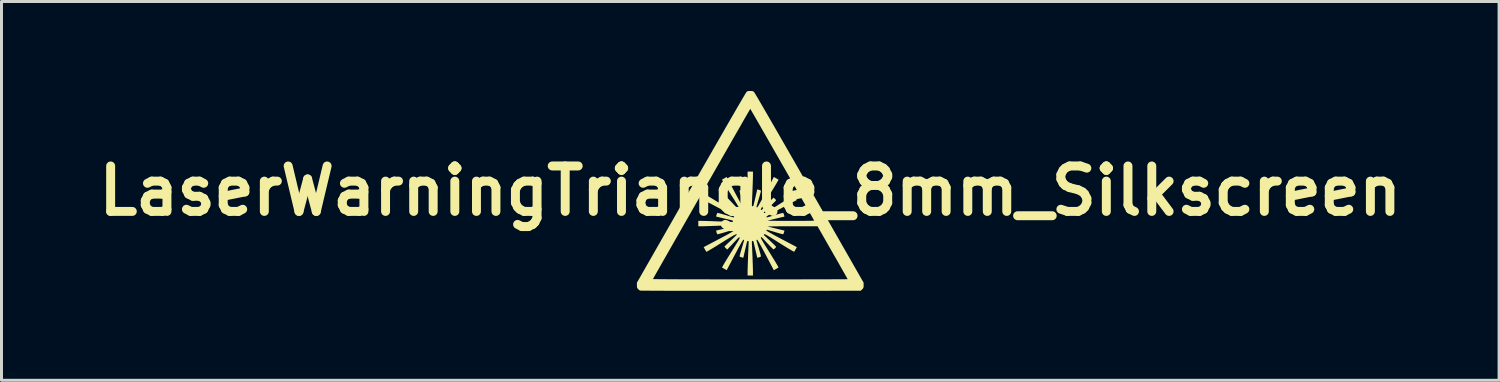
<source format=kicad_pcb>
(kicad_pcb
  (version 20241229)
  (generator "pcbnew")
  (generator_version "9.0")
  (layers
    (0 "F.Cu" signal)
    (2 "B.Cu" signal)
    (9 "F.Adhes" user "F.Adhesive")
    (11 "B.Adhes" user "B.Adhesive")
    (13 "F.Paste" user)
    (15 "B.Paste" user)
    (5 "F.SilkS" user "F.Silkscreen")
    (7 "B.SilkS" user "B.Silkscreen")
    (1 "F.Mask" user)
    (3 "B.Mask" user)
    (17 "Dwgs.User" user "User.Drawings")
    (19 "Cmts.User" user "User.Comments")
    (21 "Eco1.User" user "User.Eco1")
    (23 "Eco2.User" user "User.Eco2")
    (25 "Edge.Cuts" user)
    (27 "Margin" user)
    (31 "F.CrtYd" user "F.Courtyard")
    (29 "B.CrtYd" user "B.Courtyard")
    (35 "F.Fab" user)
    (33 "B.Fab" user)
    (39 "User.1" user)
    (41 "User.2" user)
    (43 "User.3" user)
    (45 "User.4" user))
  (footprint "LaserWarningTriangle_8mm_Silkscreen"
    (layer "F.Cu")
    (at 22.105 3.349)
    (property "Reference" "LaserWarningTriangle_8mm_Silkscreen" (at 0 0 0) (layer "F.SilkS") (effects (font (size 1.524 1.524) (thickness 0.3))))
    (attr exclude_from_pos_files exclude_from_bom)
    (fp_poly (pts (xy 0.048 -3.348) (xy 0.08 -3.344) (xy 0.102 -3.333) (xy 0.125 -3.313) (xy 0.134 -3.304) (xy 0.144 -3.289) (xy 0.166 -3.252) (xy 0.2 -3.195) (xy 0.246 -3.118) (xy 0.302 -3.022) (xy 0.369 -2.908) (xy 0.445 -2.776) (xy 0.531 -2.628) (xy 0.625 -2.465) (xy 0.728 -2.287) (xy 0.839 -2.095) (xy 0.957 -1.89) (xy 1.082 -1.672) (xy 1.213 -1.444) (xy 1.35 -1.205) (xy 1.493 -0.957) (xy 1.64 -0.7) (xy 1.791 -0.435) (xy 1.947 -0.163) (xy 1.989 -0.09) (xy 3.8 3.078) (xy 3.801 3.165) (xy 3.8 3.212) (xy 3.795 3.243) (xy 3.783 3.267) (xy 3.761 3.292) (xy 3.752 3.301) (xy 3.704 3.349) (xy 0.016 3.352) (xy -0.291 3.352) (xy -0.592 3.352) (xy -0.885 3.352) (xy -1.169 3.352) (xy -1.443 3.352) (xy -1.707 3.352) (xy -1.959 3.351) (xy -2.198 3.351) (xy -2.424 3.351) (xy -2.634 3.35) (xy -2.829 3.35) (xy -3.007 3.349) (xy -3.167 3.348) (xy -3.308 3.348) (xy -3.429 3.347) (xy -3.528 3.346) (xy -3.606 3.346) (xy -3.661 3.345) (xy -3.691 3.344) (xy -3.698 3.343) (xy -3.723 3.327) (xy -3.753 3.301) (xy -3.762 3.292) (xy -3.783 3.267) (xy -3.795 3.243) (xy -3.8 3.211) (xy -3.801 3.164) (xy -3.8 3.078) (xy -3.73 2.956) (xy -3.263 2.956) (xy -3.251 2.958) (xy -3.213 2.959) (xy -3.15 2.96) (xy -3.063 2.961) (xy -2.952 2.962) (xy -2.817 2.963) (xy -2.658 2.964) (xy -2.477 2.965) (xy -2.274 2.966) (xy -2.048 2.966) (xy -1.801 2.967) (xy -1.532 2.967) (xy -1.243 2.968) (xy -0.934 2.968) (xy -0.605 2.968) (xy -0.256 2.968) (xy -0.001 2.968) (xy 0.287 2.968) (xy 0.569 2.968) (xy 0.843 2.968) (xy 1.108 2.968) (xy 1.362 2.968) (xy 1.606 2.968) (xy 1.837 2.967) (xy 2.055 2.967) (xy 2.259 2.967) (xy 2.447 2.966) (xy 2.618 2.966) (xy 2.772 2.965) (xy 2.907 2.965) (xy 3.022 2.964) (xy 3.116 2.964) (xy 3.188 2.963) (xy 3.238 2.963) (xy 3.262 2.962) (xy 3.265 2.962) (xy 3.259 2.95) (xy 3.241 2.917) (xy 3.212 2.866) (xy 3.173 2.797) (xy 3.125 2.712) (xy 3.069 2.614) (xy 3.006 2.503) (xy 2.938 2.382) (xy 2.864 2.252) (xy 2.785 2.116) (xy 2.76 2.071) (xy 2.255 1.187) (xy 1.416 1.187) (xy 1.271 1.188) (xy 1.135 1.188) (xy 1.009 1.188) (xy 0.895 1.189) (xy 0.796 1.19) (xy 0.713 1.191) (xy 0.649 1.192) (xy 0.606 1.193) (xy 0.585 1.194) (xy 0.584 1.195) (xy 0.597 1.199) (xy 0.631 1.208) (xy 0.681 1.22) (xy 0.743 1.236) (xy 0.813 1.253) (xy 0.886 1.27) (xy 0.957 1.287) (xy 1.023 1.303) (xy 1.078 1.316) (xy 1.119 1.325) (xy 1.141 1.329) (xy 1.143 1.329) (xy 1.144 1.34) (xy 1.138 1.366) (xy 1.128 1.399) (xy 1.117 1.43) (xy 1.106 1.45) (xy 1.103 1.454) (xy 1.086 1.452) (xy 1.049 1.444) (xy 0.995 1.43) (xy 0.928 1.411) (xy 0.852 1.389) (xy 0.829 1.382) (xy 0.751 1.358) (xy 0.681 1.338) (xy 0.623 1.321) (xy 0.581 1.309) (xy 0.558 1.304) (xy 0.556 1.304) (xy 0.544 1.314) (xy 0.542 1.326) (xy 0.549 1.336) (xy 0.571 1.352) (xy 0.608 1.376) (xy 0.663 1.407) (xy 0.736 1.448) (xy 0.828 1.499) (xy 0.942 1.559) (xy 1.052 1.618) (xy 1.562 1.887) (xy 1.521 1.96) (xy 1.499 1.999) (xy 1.481 2.029) (xy 1.471 2.043) (xy 1.459 2.038) (xy 1.427 2.021) (xy 1.378 1.993) (xy 1.314 1.955) (xy 1.236 1.908) (xy 1.148 1.854) (xy 1.052 1.794) (xy 0.973 1.745) (xy 0.855 1.67) (xy 0.757 1.609) (xy 0.677 1.56) (xy 0.613 1.521) (xy 0.564 1.492) (xy 0.526 1.471) (xy 0.5 1.459) (xy 0.482 1.452) (xy 0.47 1.451) (xy 0.465 1.454) (xy 0.455 1.468) (xy 0.461 1.484) (xy 0.478 1.501) (xy 0.497 1.52) (xy 0.532 1.552) (xy 0.578 1.595) (xy 0.633 1.646) (xy 0.687 1.697) (xy 0.743 1.75) (xy 0.792 1.797) (xy 0.83 1.836) (xy 0.855 1.864) (xy 0.865 1.877) (xy 0.865 1.877) (xy 0.856 1.896) (xy 0.834 1.922) (xy 0.807 1.946) (xy 0.785 1.96) (xy 0.779 1.962) (xy 0.767 1.953) (xy 0.74 1.928) (xy 0.702 1.89) (xy 0.655 1.843) (xy 0.604 1.789) (xy 0.549 1.732) (xy 0.496 1.675) (xy 0.446 1.62) (xy 0.417 1.588) (xy 0.391 1.561) (xy 0.373 1.553) (xy 0.359 1.559) (xy 0.358 1.559) (xy 0.355 1.566) (xy 0.356 1.577) (xy 0.363 1.596) (xy 0.376 1.623) (xy 0.398 1.662) (xy 0.428 1.713) (xy 0.467 1.779) (xy 0.518 1.861) (xy 0.581 1.961) (xy 0.647 2.067) (xy 0.711 2.169) (xy 0.769 2.264) (xy 0.822 2.35) (xy 0.867 2.425) (xy 0.903 2.486) (xy 0.929 2.532) (xy 0.944 2.561) (xy 0.946 2.569) (xy 0.93 2.58) (xy 0.899 2.599) (xy 0.863 2.619) (xy 0.79 2.66) (xy 0.521 2.15) (xy 0.451 2.018) (xy 0.392 1.909) (xy 0.344 1.82) (xy 0.305 1.75) (xy 0.274 1.698) (xy 0.252 1.663) (xy 0.237 1.644) (xy 0.229 1.639) (xy 0.21 1.646) (xy 0.207 1.653) (xy 0.21 1.669) (xy 0.22 1.706) (xy 0.236 1.76) (xy 0.255 1.827) (xy 0.278 1.903) (xy 0.285 1.925) (xy 0.308 2.003) (xy 0.328 2.073) (xy 0.344 2.131) (xy 0.354 2.174) (xy 0.358 2.197) (xy 0.357 2.199) (xy 0.344 2.208) (xy 0.317 2.22) (xy 0.284 2.231) (xy 0.254 2.238) (xy 0.235 2.24) (xy 0.232 2.237) (xy 0.23 2.224) (xy 0.222 2.189) (xy 0.21 2.137) (xy 0.195 2.072) (xy 0.177 1.997) (xy 0.174 1.984) (xy 0.156 1.906) (xy 0.139 1.835) (xy 0.125 1.775) (xy 0.115 1.731) (xy 0.11 1.708) (xy 0.11 1.707) (xy 0.094 1.683) (xy 0.076 1.678) (xy 0.065 1.679) (xy 0.058 1.685) (xy 0.054 1.702) (xy 0.054 1.731) (xy 0.055 1.78) (xy 0.058 1.829) (xy 0.062 1.916) (xy 0.066 2.015) (xy 0.071 2.121) (xy 0.075 2.231) (xy 0.079 2.341) (xy 0.083 2.446) (xy 0.086 2.543) (xy 0.088 2.626) (xy 0.09 2.692) (xy 0.09 2.737) (xy 0.09 2.839) (xy -0.09 2.839) (xy -0.09 2.738) (xy -0.09 2.694) (xy -0.088 2.628) (xy -0.086 2.546) (xy -0.083 2.45) (xy -0.079 2.345) (xy -0.075 2.235) (xy -0.071 2.125) (xy -0.066 2.018) (xy -0.062 1.919) (xy -0.058 1.832) (xy -0.058 1.829) (xy -0.055 1.765) (xy -0.054 1.722) (xy -0.055 1.696) (xy -0.06 1.683) (xy -0.068 1.678) (xy -0.076 1.678) (xy -0.101 1.689) (xy -0.11 1.707) (xy -0.122 1.762) (xy -0.138 1.828) (xy -0.155 1.901) (xy -0.172 1.975) (xy -0.189 2.048) (xy -0.204 2.115) (xy -0.217 2.172) (xy -0.227 2.213) (xy -0.232 2.236) (xy -0.232 2.239) (xy -0.243 2.241) (xy -0.269 2.235) (xy -0.301 2.225) (xy -0.332 2.214) (xy -0.353 2.203) (xy -0.357 2.199) (xy -0.356 2.182) (xy -0.347 2.145) (xy -0.333 2.091) (xy -0.314 2.024) (xy -0.292 1.948) (xy -0.285 1.925) (xy -0.261 1.848) (xy -0.241 1.778) (xy -0.224 1.72) (xy -0.212 1.678) (xy -0.207 1.656) (xy -0.207 1.653) (xy -0.217 1.641) (xy -0.229 1.639) (xy -0.239 1.646) (xy -0.255 1.668) (xy -0.279 1.705) (xy -0.31 1.76) (xy -0.351 1.833) (xy -0.402 1.925) (xy -0.462 2.039) (xy -0.521 2.149) (xy -0.79 2.659) (xy -0.863 2.618) (xy -0.902 2.596) (xy -0.932 2.578) (xy -0.946 2.568) (xy -0.942 2.556) (xy -0.924 2.524) (xy -0.896 2.475) (xy -0.858 2.41) (xy -0.811 2.333) (xy -0.757 2.245) (xy -0.697 2.149) (xy -0.648 2.07) (xy -0.573 1.952) (xy -0.512 1.854) (xy -0.462 1.773) (xy -0.423 1.709) (xy -0.394 1.659) (xy -0.374 1.622) (xy -0.361 1.596) (xy -0.355 1.578) (xy -0.354 1.567) (xy -0.357 1.562) (xy -0.366 1.557) (xy -0.379 1.561) (xy -0.399 1.576) (xy -0.429 1.604) (xy -0.472 1.649) (xy -0.493 1.672) (xy -0.547 1.729) (xy -0.602 1.789) (xy -0.654 1.843) (xy -0.693 1.884) (xy -0.773 1.968) (xy -0.819 1.924) (xy -0.845 1.896) (xy -0.862 1.876) (xy -0.865 1.87) (xy -0.856 1.859) (xy -0.83 1.833) (xy -0.792 1.795) (xy -0.742 1.748) (xy -0.684 1.694) (xy -0.658 1.67) (xy -0.598 1.613) (xy -0.545 1.562) (xy -0.501 1.52) (xy -0.47 1.488) (xy -0.454 1.47) (xy -0.452 1.468) (xy -0.455 1.458) (xy -0.464 1.454) (xy -0.482 1.458) (xy -0.511 1.47) (xy -0.551 1.49) (xy -0.604 1.52) (xy -0.673 1.561) (xy -0.759 1.613) (xy -0.863 1.677) (xy -0.976 1.748) (xy -1.077 1.811) (xy -1.171 1.869) (xy -1.257 1.921) (xy -1.331 1.966) (xy -1.392 2.002) (xy -1.437 2.027) (xy -1.464 2.041) (xy -1.471 2.043) (xy -1.482 2.027) (xy -1.501 1.996) (xy -1.521 1.96) (xy -1.562 1.887) (xy -1.052 1.618) (xy -0.921 1.548) (xy -0.811 1.49) (xy -0.723 1.441) (xy -0.653 1.402) (xy -0.601 1.371) (xy -0.567 1.349) (xy -0.547 1.334) (xy -0.542 1.326) (xy -0.549 1.307) (xy -0.556 1.304) (xy -0.572 1.307) (xy -0.609 1.317) (xy -0.662 1.333) (xy -0.729 1.352) (xy -0.805 1.375) (xy -0.828 1.382) (xy -0.906 1.405) (xy -0.976 1.425) (xy -1.034 1.441) (xy -1.076 1.451) (xy -1.099 1.455) (xy -1.102 1.454) (xy -1.111 1.442) (xy -1.123 1.414) (xy -1.134 1.381) (xy -1.141 1.351) (xy -1.143 1.332) (xy -1.14 1.329) (xy -1.127 1.327) (xy -1.092 1.319) (xy -1.04 1.307) (xy -0.975 1.292) (xy -0.9 1.274) (xy -0.887 1.271) (xy -0.809 1.253) (xy -0.738 1.236) (xy -0.678 1.223) (xy -0.634 1.212) (xy -0.611 1.207) (xy -0.61 1.207) (xy -0.585 1.191) (xy -0.581 1.173) (xy -0.582 1.162) (xy -0.588 1.155) (xy -0.604 1.151) (xy -0.634 1.151) (xy -0.683 1.152) (xy -0.732 1.155) (xy -0.819 1.159) (xy -0.918 1.163) (xy -1.024 1.168) (xy -1.134 1.172) (xy -1.244 1.176) (xy -1.349 1.18) (xy -1.446 1.183) (xy -1.529 1.185) (xy -1.595 1.187) (xy -1.64 1.187) (xy -1.742 1.187) (xy -1.742 1.007) (xy -1.641 1.007) (xy -1.597 1.007) (xy -1.531 1.009) (xy -1.449 1.011) (xy -1.353 1.014) (xy -1.248 1.018) (xy -1.138 1.022) (xy -1.028 1.026) (xy -0.921 1.031) (xy -0.822 1.035) (xy -0.735 1.039) (xy -0.732 1.039) (xy -0.668 1.042) (xy -0.625 1.043) (xy -0.599 1.042) (xy -0.586 1.037) (xy -0.581 1.029) (xy -0.581 1.021) (xy -0.592 0.996) (xy -0.61 0.988) (xy -0.631 0.983) (xy -0.673 0.973) (xy -0.731 0.959) (xy -0.802 0.943) (xy -0.879 0.925) (xy -0.887 0.923) (xy -0.964 0.905) (xy -1.031 0.889) (xy -1.085 0.877) (xy -1.123 0.868) (xy -1.14 0.865) (xy -1.14 0.865) (xy -1.143 0.854) (xy -1.138 0.828) (xy -1.128 0.796) (xy -1.117 0.765) (xy -1.106 0.744) (xy -1.102 0.74) (xy -1.085 0.741) (xy -1.048 0.75) (xy -0.993 0.764) (xy -0.926 0.783) (xy -0.85 0.805) (xy -0.828 0.812) (xy -0.75 0.836) (xy -0.68 0.856) (xy -0.622 0.873) (xy -0.58 0.885) (xy -0.558 0.89) (xy -0.556 0.891) (xy -0.544 0.88) (xy -0.542 0.868) (xy -0.549 0.859) (xy -0.57 0.843) (xy -0.607 0.819) (xy -0.661 0.788) (xy -0.733 0.747) (xy -0.825 0.697) (xy -0.937 0.637) (xy -1.052 0.576) (xy -1.562 0.307) (xy -1.521 0.234) (xy -1.499 0.195) (xy -1.481 0.165) (xy -1.471 0.151) (xy -1.459 0.155) (xy -1.427 0.172) (xy -1.378 0.201) (xy -1.313 0.239) (xy -1.236 0.285) (xy -1.148 0.339) (xy -1.052 0.398) (xy -0.976 0.446) (xy -0.854 0.523) (xy -0.751 0.586) (xy -0.667 0.637) (xy -0.599 0.677) (xy -0.547 0.706) (xy -0.508 0.726) (xy -0.48 0.737) (xy -0.463 0.74) (xy -0.454 0.735) (xy -0.452 0.726) (xy -0.461 0.715) (xy -0.486 0.689) (xy -0.525 0.651) (xy -0.575 0.603) (xy -0.633 0.548) (xy -0.658 0.525) (xy -0.719 0.468) (xy -0.772 0.417) (xy -0.816 0.375) (xy -0.847 0.344) (xy -0.863 0.326) (xy -0.865 0.324) (xy -0.856 0.31) (xy -0.835 0.286) (xy -0.819 0.27) (xy -0.773 0.226) (xy -0.693 0.31) (xy -0.652 0.353) (xy -0.6 0.408) (xy -0.544 0.468) (xy -0.493 0.522) (xy -0.444 0.574) (xy -0.41 0.609) (xy -0.386 0.629) (xy -0.37 0.637) (xy -0.36 0.635) (xy -0.357 0.632) (xy -0.354 0.625) (xy -0.356 0.612) (xy -0.364 0.591) (xy -0.379 0.562) (xy -0.402 0.521) (xy -0.434 0.467) (xy -0.476 0.398) (xy -0.529 0.312) (xy -0.595 0.208) (xy -0.648 0.124) (xy -0.711 0.023) (xy -0.77 -0.072) (xy -0.822 -0.157) (xy -0.867 -0.232) (xy -0.903 -0.293) (xy -0.929 -0.339) (xy -0.944 -0.366) (xy -0.946 -0.374) (xy -0.93 -0.385) (xy -0.899 -0.404) (xy -0.863 -0.424) (xy -0.79 -0.465) (xy -0.521 0.045) (xy -0.451 0.176) (xy -0.392 0.286) (xy -0.344 0.375) (xy -0.304 0.445) (xy -0.274 0.496) (xy -0.252 0.531) (xy -0.236 0.55) (xy -0.229 0.555) (xy -0.21 0.548) (xy -0.207 0.541) (xy -0.21 0.525) (xy -0.22 0.488) (xy -0.236 0.434) (xy -0.255 0.367) (xy -0.278 0.291) (xy -0.285 0.269) (xy -0.308 0.191) (xy -0.328 0.121) (xy -0.344 0.063) (xy -0.354 0.02) (xy -0.358 -0.003) (xy -0.357 -0.005) (xy -0.345 -0.014) (xy -0.318 -0.025) (xy -0.285 -0.037) (xy -0.254 -0.045) (xy -0.235 -0.047) (xy -0.232 -0.045) (xy -0.23 -0.032) (xy -0.222 0.001) (xy -0.21 0.051) (xy -0.196 0.114) (xy -0.18 0.184) (xy -0.163 0.259) (xy -0.145 0.333) (xy -0.129 0.403) (xy -0.115 0.463) (xy -0.11 0.487) (xy -0.094 0.512) (xy -0.076 0.516) (xy -0.065 0.515) (xy -0.058 0.509) (xy -0.054 0.493) (xy -0.054 0.463) (xy -0.055 0.414) (xy -0.058 0.365) (xy -0.062 0.278) (xy -0.066 0.18) (xy -0.071 0.073) (xy -0.075 -0.037) (xy -0.079 -0.147) (xy -0.083 -0.252) (xy -0.086 -0.349) (xy -0.088 -0.432) (xy -0.09 -0.498) (xy -0.09 -0.543) (xy -0.09 -0.544) (xy -0.09 -0.645) (xy 0.09 -0.645) (xy 0.09 -0.544) (xy 0.09 -0.5) (xy 0.088 -0.434) (xy 0.086 -0.352) (xy 0.083 -0.256) (xy 0.079 -0.151) (xy 0.075 -0.041) (xy 0.071 0.069) (xy 0.066 0.176) (xy 0.062 0.275) (xy 0.058 0.362) (xy 0.058 0.365) (xy 0.055 0.429) (xy 0.054 0.472) (xy 0.055 0.498) (xy 0.06 0.511) (xy 0.068 0.516) (xy 0.076 0.516) (xy 0.101 0.505) (xy 0.11 0.487) (xy 0.122 0.432) (xy 0.138 0.366) (xy 0.155 0.294) (xy 0.172 0.219) (xy 0.189 0.146) (xy 0.204 0.079) (xy 0.217 0.022) (xy 0.227 -0.019) (xy 0.232 -0.042) (xy 0.232 -0.045) (xy 0.243 -0.047) (xy 0.269 -0.041) (xy 0.301 -0.031) (xy 0.332 -0.02) (xy 0.353 -0.009) (xy 0.357 -0.005) (xy 0.356 0.012) (xy 0.347 0.049) (xy 0.333 0.103) (xy 0.314 0.17) (xy 0.292 0.246) (xy 0.285 0.269) (xy 0.261 0.347) (xy 0.241 0.416) (xy 0.224 0.474) (xy 0.212 0.516) (xy 0.207 0.539) (xy 0.207 0.541) (xy 0.217 0.553) (xy 0.229 0.555) (xy 0.239 0.548) (xy 0.255 0.526) (xy 0.279 0.489) (xy 0.31 0.434) (xy 0.351 0.361) (xy 0.402 0.269) (xy 0.462 0.155) (xy 0.521 0.045) (xy 0.79 -0.466) (xy 0.863 -0.425) (xy 0.902 -0.402) (xy 0.933 -0.384) (xy 0.946 -0.375) (xy 0.942 -0.362) (xy 0.925 -0.33) (xy 0.896 -0.281) (xy 0.858 -0.216) (xy 0.812 -0.139) (xy 0.758 -0.051) (xy 0.698 0.046) (xy 0.647 0.127) (xy 0.573 0.245) (xy 0.512 0.343) (xy 0.463 0.423) (xy 0.424 0.487) (xy 0.395 0.537) (xy 0.375 0.574) (xy 0.362 0.601) (xy 0.355 0.618) (xy 0.355 0.629) (xy 0.358 0.635) (xy 0.373 0.642) (xy 0.39 0.634) (xy 0.415 0.608) (xy 0.417 0.606) (xy 0.463 0.555) (xy 0.514 0.499) (xy 0.569 0.441) (xy 0.622 0.385) (xy 0.673 0.333) (xy 0.717 0.289) (xy 0.751 0.256) (xy 0.773 0.236) (xy 0.779 0.232) (xy 0.798 0.241) (xy 0.824 0.263) (xy 0.848 0.289) (xy 0.863 0.311) (xy 0.865 0.317) (xy 0.856 0.33) (xy 0.831 0.357) (xy 0.792 0.396) (xy 0.744 0.444) (xy 0.688 0.497) (xy 0.687 0.497) (xy 0.629 0.552) (xy 0.575 0.602) (xy 0.53 0.645) (xy 0.496 0.676) (xy 0.478 0.693) (xy 0.458 0.715) (xy 0.456 0.729) (xy 0.465 0.74) (xy 0.472 0.743) (xy 0.484 0.741) (xy 0.504 0.734) (xy 0.532 0.72) (xy 0.571 0.698) (xy 0.623 0.667) (xy 0.69 0.627) (xy 0.773 0.575) (xy 0.874 0.512) (xy 0.973 0.449) (xy 1.074 0.386) (xy 1.169 0.327) (xy 1.255 0.275) (xy 1.329 0.23) (xy 1.39 0.194) (xy 1.436 0.168) (xy 1.464 0.154) (xy 1.471 0.151) (xy 1.482 0.167) (xy 1.501 0.198) (xy 1.521 0.234) (xy 1.562 0.307) (xy 1.052 0.576) (xy 0.921 0.646) (xy 0.811 0.705) (xy 0.722 0.754) (xy 0.652 0.793) (xy 0.601 0.823) (xy 0.566 0.846) (xy 0.547 0.861) (xy 0.542 0.868) (xy 0.549 0.887) (xy 0.556 0.891) (xy 0.572 0.887) (xy 0.609 0.877) (xy 0.663 0.862) (xy 0.729 0.842) (xy 0.805 0.819) (xy 0.829 0.812) (xy 0.907 0.789) (xy 0.977 0.769) (xy 1.035 0.754) (xy 1.077 0.744) (xy 1.1 0.74) (xy 1.103 0.74) (xy 1.111 0.753) (xy 1.123 0.78) (xy 1.134 0.813) (xy 1.142 0.843) (xy 1.144 0.862) (xy 1.143 0.865) (xy 1.127 0.868) (xy 1.09 0.876) (xy 1.039 0.887) (xy 0.975 0.902) (xy 0.905 0.919) (xy 0.832 0.937) (xy 0.761 0.954) (xy 0.697 0.97) (xy 0.643 0.983) (xy 0.604 0.993) (xy 0.585 0.999) (xy 0.584 0.999) (xy 0.595 1.001) (xy 0.63 1.002) (xy 0.686 1.003) (xy 0.762 1.004) (xy 0.854 1.005) (xy 0.962 1.006) (xy 1.082 1.006) (xy 1.212 1.007) (xy 1.351 1.007) (xy 1.359 1.007) (xy 1.499 1.007) (xy 1.631 1.006) (xy 1.752 1.006) (xy 1.861 1.005) (xy 1.955 1.004) (xy 2.033 1.003) (xy 2.091 1.002) (xy 2.129 1) (xy 2.142 0.999) (xy 2.142 0.999) (xy 2.136 0.987) (xy 2.118 0.953) (xy 2.088 0.901) (xy 2.049 0.83) (xy 1.999 0.743) (xy 1.941 0.64) (xy 1.875 0.524) (xy 1.801 0.395) (xy 1.722 0.255) (xy 1.636 0.105) (xy 1.546 -0.053) (xy 1.453 -0.217) (xy 1.356 -0.387) (xy 1.256 -0.561) (xy 1.156 -0.737) (xy 1.054 -0.914) (xy 0.953 -1.092) (xy 0.852 -1.267) (xy 0.754 -1.439) (xy 0.658 -1.607) (xy 0.565 -1.769) (xy 0.477 -1.923) (xy 0.393 -2.068) (xy 0.316 -2.204) (xy 0.245 -2.327) (xy 0.181 -2.438) (xy 0.126 -2.534) (xy 0.079 -2.614) (xy 0.043 -2.677) (xy 0.017 -2.721) (xy 0.003 -2.745) (xy 0 -2.749) (xy -0.007 -2.738) (xy -0.026 -2.705) (xy -0.056 -2.653) (xy -0.097 -2.582) (xy -0.149 -2.492) (xy -0.21 -2.387) (xy -0.279 -2.265) (xy -0.357 -2.129) (xy -0.443 -1.98) (xy -0.535 -1.819) (xy -0.634 -1.647) (xy -0.738 -1.465) (xy -0.847 -1.275) (xy -0.961 -1.077) (xy -1.078 -0.872) (xy -1.198 -0.663) (xy -1.32 -0.449) (xy -1.444 -0.232) (xy -1.569 -0.014) (xy -1.694 0.205) (xy -1.819 0.423) (xy -1.943 0.64) (xy -2.065 0.854) (xy -2.185 1.064) (xy -2.302 1.269) (xy -2.416 1.467) (xy -2.525 1.658) (xy -2.629 1.841) (xy -2.728 2.014) (xy -2.82 2.176) (xy -2.906 2.326) (xy -2.984 2.463) (xy -3.053 2.585) (xy -3.114 2.692) (xy -3.166 2.783) (xy -3.207 2.856) (xy -3.237 2.91) (xy -3.256 2.944) (xy -3.263 2.956) (xy -3.73 2.956) (xy -1.989 -0.09) (xy -1.832 -0.364) (xy -1.68 -0.631) (xy -1.531 -0.89) (xy -1.387 -1.14) (xy -1.249 -1.382) (xy -1.116 -1.613) (xy -0.989 -1.833) (xy -0.87 -2.041) (xy -0.757 -2.237) (xy -0.652 -2.419) (xy -0.555 -2.586) (xy -0.467 -2.739) (xy -0.388 -2.874) (xy -0.319 -2.993) (xy -0.26 -3.094) (xy -0.211 -3.177) (xy -0.174 -3.239) (xy -0.148 -3.281) (xy -0.135 -3.302) (xy -0.134 -3.304) (xy -0.109 -3.328) (xy -0.087 -3.341) (xy -0.059 -3.348) (xy -0.017 -3.349) (xy 0 -3.349)) (stroke (width 0) (type solid)) (fill yes) (layer "F.SilkS")))
  (gr_rect
    (start -3 -3)
    (end 47.211 9.701)
    (stroke (width 0.1) (type default))
    (fill no)
    (layer "Edge.Cuts")))
</source>
